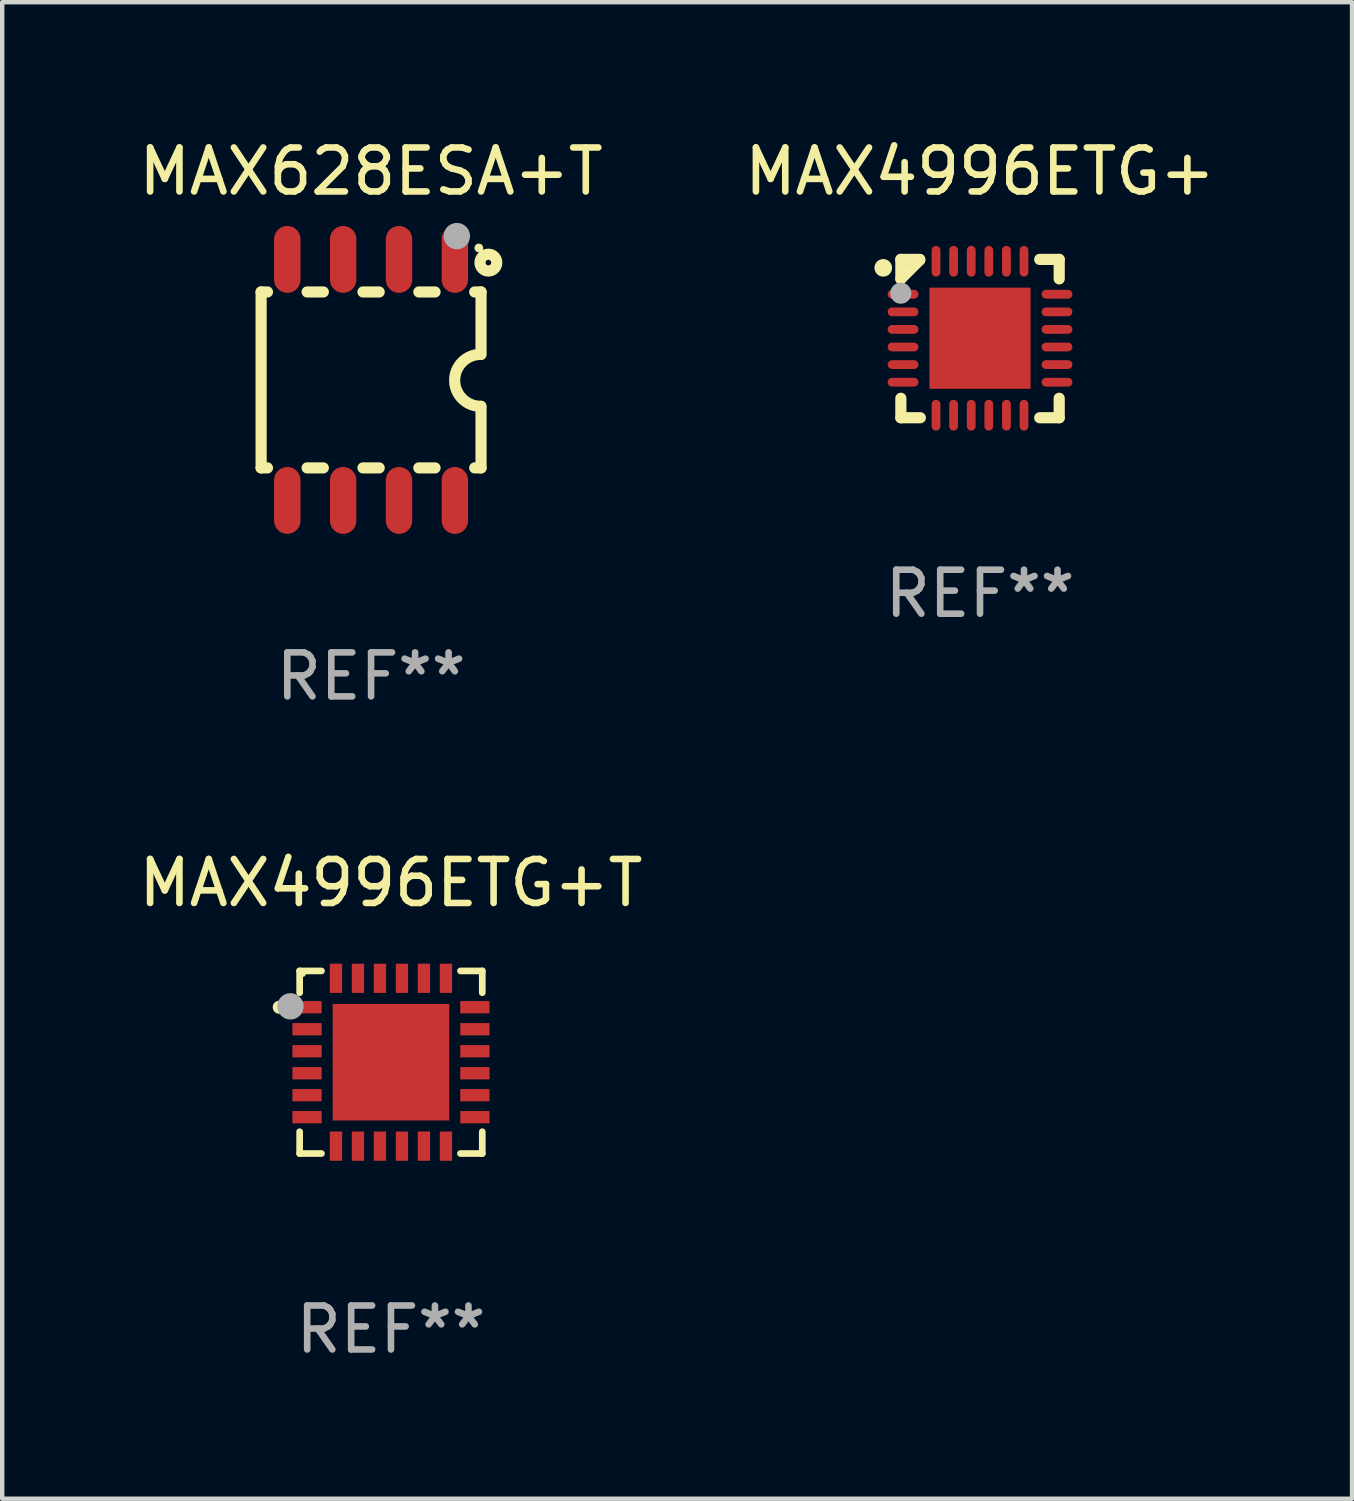
<source format=kicad_pcb>
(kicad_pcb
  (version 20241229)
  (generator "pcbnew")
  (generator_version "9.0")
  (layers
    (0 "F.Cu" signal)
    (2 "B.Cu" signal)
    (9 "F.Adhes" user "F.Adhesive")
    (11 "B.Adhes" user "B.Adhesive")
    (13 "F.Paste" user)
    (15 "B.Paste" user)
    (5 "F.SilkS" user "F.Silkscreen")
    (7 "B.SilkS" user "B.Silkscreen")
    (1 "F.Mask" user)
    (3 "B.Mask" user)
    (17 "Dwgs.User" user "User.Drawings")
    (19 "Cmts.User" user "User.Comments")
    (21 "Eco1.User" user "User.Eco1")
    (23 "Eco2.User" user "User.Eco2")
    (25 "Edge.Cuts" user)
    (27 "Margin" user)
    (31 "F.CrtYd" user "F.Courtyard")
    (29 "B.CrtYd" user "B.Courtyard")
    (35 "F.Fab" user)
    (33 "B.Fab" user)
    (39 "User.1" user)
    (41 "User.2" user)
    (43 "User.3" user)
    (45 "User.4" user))
  (footprint "MAX4996ETG+"
    (layer "F.Cu")
    (at 19.232 4.648)
    (property "Reference" "MAX4996ETG+" (at 0 -3.8 0) (layer "F.SilkS") (effects (font (size 1 1) (thickness 0.15))))
    (attr through_hole)
    (fp_line (start -1.8 -1.8) (end -1.372 -1.8) (stroke (width 0.254) (type solid)) (layer "F.SilkS"))
    (fp_line (start -1.8 -1.357) (end -1.8 -1.8) (stroke (width 0.254) (type solid)) (layer "F.SilkS"))
    (fp_line (start -1.8 1.8) (end -1.8 1.357) (stroke (width 0.254) (type solid)) (layer "F.SilkS"))
    (fp_line (start -1.372 -1.8) (end -1.372 -1.785) (stroke (width 0.254) (type solid)) (layer "F.SilkS"))
    (fp_line (start -1.372 -1.785) (end -1.8 -1.357) (stroke (width 0.254) (type solid)) (layer "F.SilkS"))
    (fp_line (start -1.357 1.8) (end -1.8 1.8) (stroke (width 0.254) (type solid)) (layer "F.SilkS"))
    (fp_line (start 1.357 -1.8) (end 1.8 -1.8) (stroke (width 0.254) (type solid)) (layer "F.SilkS"))
    (fp_line (start 1.8 -1.8) (end 1.8 -1.357) (stroke (width 0.254) (type solid)) (layer "F.SilkS"))
    (fp_line (start 1.8 1.357) (end 1.8 1.8) (stroke (width 0.254) (type solid)) (layer "F.SilkS"))
    (fp_line (start 1.8 1.8) (end 1.357 1.8) (stroke (width 0.254) (type solid)) (layer "F.SilkS"))
    (fp_circle (center -2.2 -1.608) (end -2.1 -1.608) (stroke (width 0.2) (type solid)) (fill no) (layer "F.SilkS"))
    (fp_circle (center -1.75 -1.758) (end -1.72 -1.758) (stroke (width 0.06) (type solid)) (fill no) (layer "F.SilkS"))
    (fp_circle (center -1.801 -1.032) (end -1.681 -1.032) (stroke (width 0.24) (type solid)) (fill no) (layer "F.Fab"))
    (fp_text user "REF**" (at 0 5.8 0) (layer "F.Fab") (effects (font (size 1 1) (thickness 0.15))))
    (pad "1" smd oval (at -1.75 -1.008) (size 0.7 0.2) (layers "F.Cu" "F.Mask" "F.Paste"))
    (pad "2" smd oval (at -1.75 -0.608) (size 0.7 0.2) (layers "F.Cu" "F.Mask" "F.Paste"))
    (pad "3" smd oval (at -1.75 -0.208) (size 0.7 0.2) (layers "F.Cu" "F.Mask" "F.Paste"))
    (pad "4" smd oval (at -1.75 0.192) (size 0.7 0.2) (layers "F.Cu" "F.Mask" "F.Paste"))
    (pad "5" smd oval (at -1.75 0.592) (size 0.7 0.2) (layers "F.Cu" "F.Mask" "F.Paste"))
    (pad "6" smd oval (at -1.75 0.992) (size 0.7 0.2) (layers "F.Cu" "F.Mask" "F.Paste"))
    (pad "7" smd oval (at -1 1.742) (size 0.2 0.7) (layers "F.Cu" "F.Mask" "F.Paste"))
    (pad "8" smd oval (at -0.6 1.742) (size 0.2 0.7) (layers "F.Cu" "F.Mask" "F.Paste"))
    (pad "9" smd oval (at -0.2 1.742) (size 0.2 0.7) (layers "F.Cu" "F.Mask" "F.Paste"))
    (pad "10" smd oval (at 0.2 1.742) (size 0.2 0.7) (layers "F.Cu" "F.Mask" "F.Paste"))
    (pad "11" smd oval (at 0.6 1.742) (size 0.2 0.7) (layers "F.Cu" "F.Mask" "F.Paste"))
    (pad "12" smd oval (at 1 1.742) (size 0.2 0.7) (layers "F.Cu" "F.Mask" "F.Paste"))
    (pad "13" smd oval (at 1.75 0.992) (size 0.7 0.2) (layers "F.Cu" "F.Mask" "F.Paste"))
    (pad "14" smd oval (at 1.75 0.592) (size 0.7 0.2) (layers "F.Cu" "F.Mask" "F.Paste"))
    (pad "15" smd oval (at 1.75 0.192) (size 0.7 0.2) (layers "F.Cu" "F.Mask" "F.Paste"))
    (pad "16" smd oval (at 1.75 -0.208) (size 0.7 0.2) (layers "F.Cu" "F.Mask" "F.Paste"))
    (pad "17" smd oval (at 1.75 -0.608) (size 0.7 0.2) (layers "F.Cu" "F.Mask" "F.Paste"))
    (pad "18" smd oval (at 1.75 -1.008) (size 0.7 0.2) (layers "F.Cu" "F.Mask" "F.Paste"))
    (pad "19" smd oval (at 1 -1.758) (size 0.2 0.7) (layers "F.Cu" "F.Mask" "F.Paste"))
    (pad "20" smd oval (at 0.6 -1.758) (size 0.2 0.7) (layers "F.Cu" "F.Mask" "F.Paste"))
    (pad "21" smd oval (at 0.2 -1.758) (size 0.2 0.7) (layers "F.Cu" "F.Mask" "F.Paste"))
    (pad "22" smd oval (at -0.2 -1.758) (size 0.2 0.7) (layers "F.Cu" "F.Mask" "F.Paste"))
    (pad "23" smd oval (at -0.6 -1.758) (size 0.2 0.7) (layers "F.Cu" "F.Mask" "F.Paste"))
    (pad "24" smd oval (at -1 -1.758) (size 0.2 0.7) (layers "F.Cu" "F.Mask" "F.Paste"))
    (pad "25" smd rect (at 0 -0.008 180) (size 2.3 2.3) (layers "F.Cu" "F.Mask" "F.Paste")))
  (footprint "MAX4996ETG+T"
    (layer "F.Cu")
    (at 5.839 21.101)
    (property "Reference" "MAX4996ETG+T" (at 0 -4.076 0) (layer "F.SilkS") (effects (font (size 1 1) (thickness 0.15))))
    (attr through_hole)
    (fp_line (start -2.076 -2.076) (end -2.076 -1.58) (stroke (width 0.152) (type solid)) (layer "F.SilkS"))
    (fp_line (start -2.076 2.076) (end -2.076 1.58) (stroke (width 0.152) (type solid)) (layer "F.SilkS"))
    (fp_line (start -1.58 -2.076) (end -2.076 -2.076) (stroke (width 0.152) (type solid)) (layer "F.SilkS"))
    (fp_line (start -1.58 2.076) (end -2.076 2.076) (stroke (width 0.152) (type solid)) (layer "F.SilkS"))
    (fp_line (start 1.58 -2.076) (end 2.076 -2.076) (stroke (width 0.152) (type solid)) (layer "F.SilkS"))
    (fp_line (start 1.58 2.076) (end 2.076 2.076) (stroke (width 0.152) (type solid)) (layer "F.SilkS"))
    (fp_line (start 2.076 -2.076) (end 2.076 -1.58) (stroke (width 0.152) (type solid)) (layer "F.SilkS"))
    (fp_line (start 2.076 2.076) (end 2.076 1.58) (stroke (width 0.152) (type solid)) (layer "F.SilkS"))
    (fp_circle (center -2.54 -1.25) (end -2.465 -1.25) (stroke (width 0.15) (type solid)) (fill no) (layer "F.SilkS"))
    (fp_circle (center -2 -2) (end -1.97 -2) (stroke (width 0.06) (type solid)) (fill no) (layer "F.SilkS"))
    (fp_circle (center -2.286 -1.27) (end -2.136 -1.27) (stroke (width 0.3) (type solid)) (fill no) (layer "F.Fab"))
    (fp_text user "REF**" (at 0 6.076 0) (layer "F.Fab") (effects (font (size 1 1) (thickness 0.15))))
    (pad "1" smd rect (at -1.908 -1.25) (size 0.665 0.28) (layers "F.Cu" "F.Mask" "F.Paste"))
    (pad "2" smd rect (at -1.908 -0.75) (size 0.665 0.28) (layers "F.Cu" "F.Mask" "F.Paste"))
    (pad "3" smd rect (at -1.908 -0.25) (size 0.665 0.28) (layers "F.Cu" "F.Mask" "F.Paste"))
    (pad "4" smd rect (at -1.908 0.25) (size 0.665 0.28) (layers "F.Cu" "F.Mask" "F.Paste"))
    (pad "5" smd rect (at -1.908 0.75) (size 0.665 0.28) (layers "F.Cu" "F.Mask" "F.Paste"))
    (pad "6" smd rect (at -1.908 1.25) (size 0.665 0.28) (layers "F.Cu" "F.Mask" "F.Paste"))
    (pad "7" smd rect (at -1.25 1.908) (size 0.28 0.665) (layers "F.Cu" "F.Mask" "F.Paste"))
    (pad "8" smd rect (at -0.75 1.908) (size 0.28 0.665) (layers "F.Cu" "F.Mask" "F.Paste"))
    (pad "9" smd rect (at -0.25 1.908) (size 0.28 0.665) (layers "F.Cu" "F.Mask" "F.Paste"))
    (pad "10" smd rect (at 0.25 1.908) (size 0.28 0.665) (layers "F.Cu" "F.Mask" "F.Paste"))
    (pad "11" smd rect (at 0.75 1.908) (size 0.28 0.665) (layers "F.Cu" "F.Mask" "F.Paste"))
    (pad "12" smd rect (at 1.25 1.908) (size 0.28 0.665) (layers "F.Cu" "F.Mask" "F.Paste"))
    (pad "13" smd rect (at 1.908 1.25) (size 0.665 0.28) (layers "F.Cu" "F.Mask" "F.Paste"))
    (pad "14" smd rect (at 1.908 0.75) (size 0.665 0.28) (layers "F.Cu" "F.Mask" "F.Paste"))
    (pad "15" smd rect (at 1.908 0.25) (size 0.665 0.28) (layers "F.Cu" "F.Mask" "F.Paste"))
    (pad "16" smd rect (at 1.908 -0.25) (size 0.665 0.28) (layers "F.Cu" "F.Mask" "F.Paste"))
    (pad "17" smd rect (at 1.908 -0.75) (size 0.665 0.28) (layers "F.Cu" "F.Mask" "F.Paste"))
    (pad "18" smd rect (at 1.908 -1.25) (size 0.665 0.28) (layers "F.Cu" "F.Mask" "F.Paste"))
    (pad "19" smd rect (at 1.25 -1.908) (size 0.28 0.665) (layers "F.Cu" "F.Mask" "F.Paste"))
    (pad "20" smd rect (at 0.75 -1.908) (size 0.28 0.665) (layers "F.Cu" "F.Mask" "F.Paste"))
    (pad "21" smd rect (at 0.25 -1.908) (size 0.28 0.665) (layers "F.Cu" "F.Mask" "F.Paste"))
    (pad "22" smd rect (at -0.25 -1.908) (size 0.28 0.665) (layers "F.Cu" "F.Mask" "F.Paste"))
    (pad "23" smd rect (at -0.75 -1.908) (size 0.28 0.665) (layers "F.Cu" "F.Mask" "F.Paste"))
    (pad "24" smd rect (at -1.25 -1.908) (size 0.28 0.665) (layers "F.Cu" "F.Mask" "F.Paste"))
    (pad "25" smd rect (at 0 0) (size 2.65 2.65) (layers "F.Cu" "F.Mask" "F.Paste")))
  (footprint "MAX628ESA+T"
    (layer "F.Cu")
    (at 5.387 5.588)
    (property "Reference" "MAX628ESA+T" (at 0 -4.74 0) (layer "F.SilkS") (effects (font (size 1 1) (thickness 0.15))))
    (attr through_hole)
    (fp_line (start -2.5 2) (end -2.5 -2) (stroke (width 0.254) (type solid)) (layer "F.SilkS"))
    (fp_line (start -2.356 -2) (end -2.5 -2) (stroke (width 0.254) (type solid)) (layer "F.SilkS"))
    (fp_line (start -2.356 2) (end -2.5 2) (stroke (width 0.254) (type solid)) (layer "F.SilkS"))
    (fp_line (start -1.086 -2) (end -1.454 -2) (stroke (width 0.254) (type solid)) (layer "F.SilkS"))
    (fp_line (start -1.086 2) (end -1.454 2) (stroke (width 0.254) (type solid)) (layer "F.SilkS"))
    (fp_line (start 0.184 -2) (end -0.184 -2) (stroke (width 0.254) (type solid)) (layer "F.SilkS"))
    (fp_line (start 0.184 2) (end -0.184 2) (stroke (width 0.254) (type solid)) (layer "F.SilkS"))
    (fp_line (start 1.454 -2) (end 1.086 -2) (stroke (width 0.254) (type solid)) (layer "F.SilkS"))
    (fp_line (start 1.454 2) (end 1.086 2) (stroke (width 0.254) (type solid)) (layer "F.SilkS"))
    (fp_line (start 2.5 -2) (end 2.356 -2) (stroke (width 0.254) (type solid)) (layer "F.SilkS"))
    (fp_line (start 2.5 -0.58) (end 2.5 -2) (stroke (width 0.254) (type solid)) (layer "F.SilkS"))
    (fp_line (start 2.5 2) (end 2.356 2) (stroke (width 0.254) (type solid)) (layer "F.SilkS"))
    (fp_line (start 2.5 2) (end 2.5 0.6) (stroke (width 0.254) (type solid)) (layer "F.SilkS"))
    (fp_arc (start 2.489992 0.600051) (mid 1.901674 0.010046) (end 2.489992 -0.579959) (stroke (width 0.254001) (type solid)) (layer "F.SilkS"))
    (fp_circle (center 2.45 -3) (end 2.5 -3) (stroke (width 0.1) (type solid)) (fill no) (layer "F.SilkS"))
    (fp_circle (center 2.667 -2.667) (end 2.858 -2.667) (stroke (width 0.254) (type solid)) (fill no) (layer "F.SilkS"))
    (fp_circle (center 1.95 -3.27) (end 2.1 -3.27) (stroke (width 0.3) (type solid)) (fill no) (layer "F.Fab"))
    (fp_text user "REF**" (at 0 6.74 0) (layer "F.Fab") (effects (font (size 1 1) (thickness 0.15))))
    (pad "1" smd oval (at 1.905 -2.74) (size 0.6 1.52) (layers "F.Cu" "F.Mask" "F.Paste"))
    (pad "2" smd oval (at 0.635 -2.74) (size 0.6 1.52) (layers "F.Cu" "F.Mask" "F.Paste"))
    (pad "3" smd oval (at -0.635 -2.74) (size 0.6 1.52) (layers "F.Cu" "F.Mask" "F.Paste"))
    (pad "4" smd oval (at -1.905 -2.74) (size 0.6 1.52) (layers "F.Cu" "F.Mask" "F.Paste"))
    (pad "5" smd oval (at -1.905 2.74) (size 0.6 1.52) (layers "F.Cu" "F.Mask" "F.Paste"))
    (pad "6" smd oval (at -0.635 2.74) (size 0.6 1.52) (layers "F.Cu" "F.Mask" "F.Paste"))
    (pad "7" smd oval (at 0.635 2.74) (size 0.6 1.52) (layers "F.Cu" "F.Mask" "F.Paste"))
    (pad "8" smd oval (at 1.905 2.74) (size 0.6 1.52) (layers "F.Cu" "F.Mask" "F.Paste")))
  (gr_rect
    (start -3 -3)
    (end 27.69 31.025)
    (stroke (width 0.1) (type default))
    (fill no)
    (layer "Edge.Cuts")))
</source>
